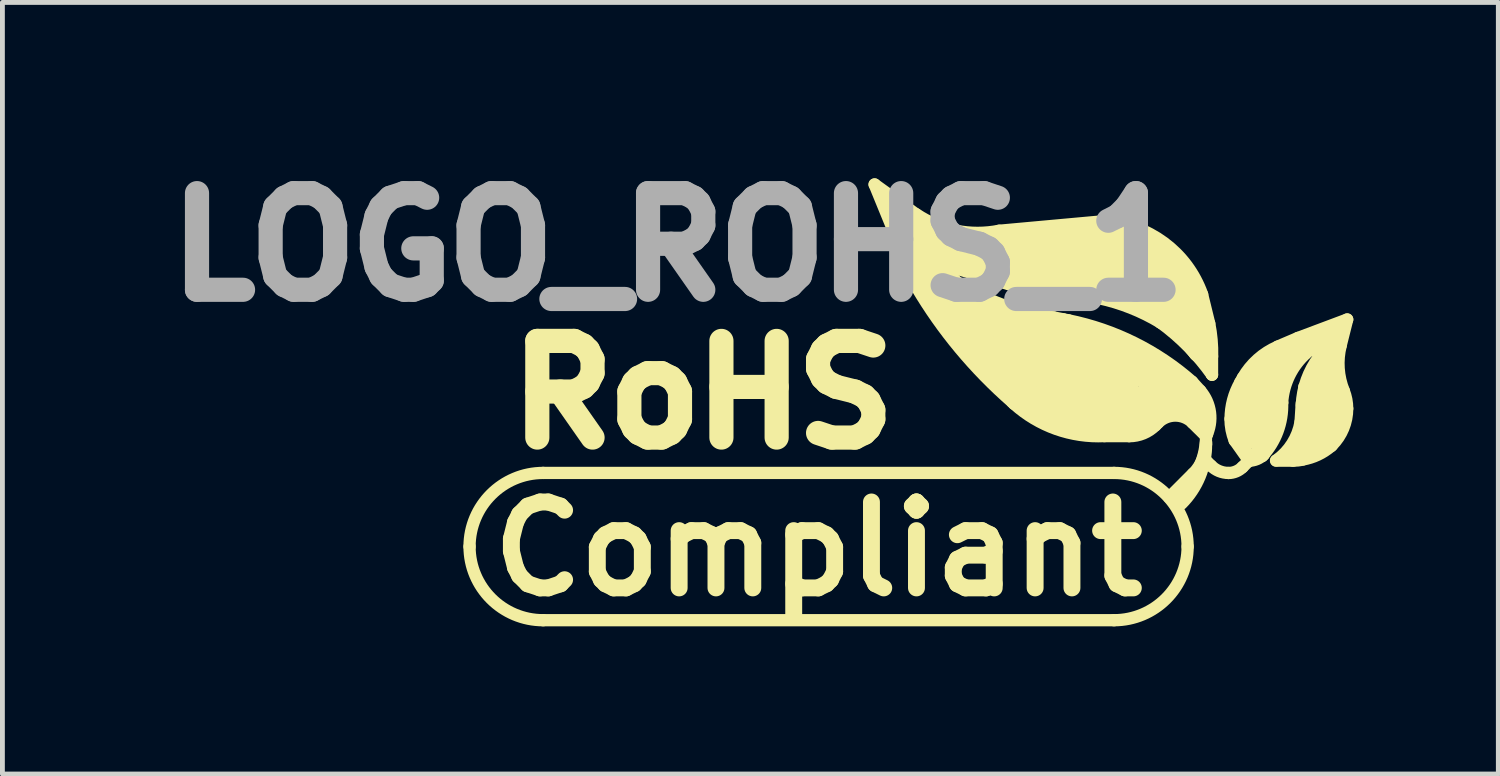
<source format=kicad_pcb>
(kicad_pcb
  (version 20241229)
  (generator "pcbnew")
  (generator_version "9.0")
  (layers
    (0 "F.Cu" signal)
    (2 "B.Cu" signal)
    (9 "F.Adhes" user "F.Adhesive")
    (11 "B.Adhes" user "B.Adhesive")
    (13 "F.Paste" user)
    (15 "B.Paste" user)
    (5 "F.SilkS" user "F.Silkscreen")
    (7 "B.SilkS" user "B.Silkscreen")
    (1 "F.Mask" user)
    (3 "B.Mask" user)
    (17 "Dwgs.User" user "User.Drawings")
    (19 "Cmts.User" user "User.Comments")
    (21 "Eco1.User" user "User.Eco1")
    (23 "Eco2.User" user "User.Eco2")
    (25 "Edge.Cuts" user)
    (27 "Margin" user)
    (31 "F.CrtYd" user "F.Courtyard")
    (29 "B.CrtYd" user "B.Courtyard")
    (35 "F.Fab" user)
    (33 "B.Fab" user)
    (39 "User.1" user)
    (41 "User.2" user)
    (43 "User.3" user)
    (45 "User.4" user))
  (footprint "LOGO_ROHS_1"
    (layer "F.Cu")
    (at 7.682 9.149)
    (property "Reference" "LOGO_ROHS_1" (at 3.297 -7.102 0) (layer "F.Fab") (effects (font (size 2 2) (thickness 0.5))))
    (attr through_hole)
    (fp_line (start 0.508 0.635) (end 12.319 0.635) (stroke (width 0.254) (type solid)) (layer "F.SilkS"))
    (fp_line (start 7.366 -8.382) (end 8.227 -7.762) (stroke (width 0.254) (type solid)) (layer "F.SilkS"))
    (fp_line (start 7.366 -8.382) (end 8.232 -6.266) (stroke (width 0.254) (type solid)) (layer "F.SilkS"))
    (fp_line (start 7.747 -7.874) (end 8.255 -6.985) (stroke (width 0.508) (type solid)) (layer "F.SilkS"))
    (fp_line (start 7.747 -7.874) (end 8.76 -7.236) (stroke (width 0.254) (type solid)) (layer "F.SilkS"))
    (fp_line (start 8.255 -6.985) (end 8.382 -6.477) (stroke (width 0.508) (type solid)) (layer "F.SilkS"))
    (fp_line (start 8.382 -6.477) (end 8.76 -5.969) (stroke (width 0.508) (type solid)) (layer "F.SilkS"))
    (fp_line (start 8.636 -6.985) (end 13.208 -6.985) (stroke (width 0.508) (type solid)) (layer "F.SilkS"))
    (fp_line (start 8.76 -7.236) (end 9.906 -7.236) (stroke (width 0.508) (type solid)) (layer "F.SilkS"))
    (fp_line (start 8.76 -6.731) (end 9.042 -6.383) (stroke (width 0.254) (type solid)) (layer "F.SilkS"))
    (fp_line (start 8.76 -6.35) (end 8.382 -7.236) (stroke (width 0.508) (type solid)) (layer "F.SilkS"))
    (fp_line (start 8.76 -5.969) (end 8.76 -6.35) (stroke (width 0.508) (type solid)) (layer "F.SilkS"))
    (fp_line (start 8.89 -5.842) (end 9.271 -5.334) (stroke (width 0.508) (type solid)) (layer "F.SilkS"))
    (fp_line (start 9.144 -6.858) (end 8.636 -6.985) (stroke (width 0.508) (type solid)) (layer "F.SilkS"))
    (fp_line (start 9.271 -5.715) (end 10.033 -5.08) (stroke (width 0.508) (type solid)) (layer "F.SilkS"))
    (fp_line (start 9.271 -5.334) (end 9.525 -4.953) (stroke (width 0.508) (type solid)) (layer "F.SilkS"))
    (fp_line (start 9.525 -4.953) (end 10.414 -4.064) (stroke (width 0.508) (type solid)) (layer "F.SilkS"))
    (fp_line (start 9.906 -7.236) (end 10.922 -7.366) (stroke (width 0.508) (type solid)) (layer "F.SilkS"))
    (fp_line (start 9.906 -5.715) (end 9.144 -6.096) (stroke (width 0.508) (type solid)) (layer "F.SilkS"))
    (fp_line (start 9.944 -7.424) (end 12.093 -7.62) (stroke (width 0.254) (type solid)) (layer "F.SilkS"))
    (fp_line (start 10.033 -5.08) (end 10.16 -5.207) (stroke (width 0.508) (type solid)) (layer "F.SilkS"))
    (fp_line (start 10.147 -6.317) (end 8.76 -6.731) (stroke (width 0.254) (type solid)) (layer "F.SilkS"))
    (fp_line (start 10.16 -5.207) (end 10.287 -5.207) (stroke (width 0.508) (type solid)) (layer "F.SilkS"))
    (fp_line (start 10.16 -4.699) (end 10.287 -4.826) (stroke (width 0.508) (type solid)) (layer "F.SilkS"))
    (fp_line (start 10.216 -3.879) (end 10.251 -3.843) (stroke (width 0.254) (type solid)) (layer "F.SilkS"))
    (fp_line (start 10.287 -5.207) (end 11.43 -5.08) (stroke (width 0.508) (type solid)) (layer "F.SilkS"))
    (fp_line (start 10.287 -4.826) (end 10.795 -4.826) (stroke (width 0.508) (type solid)) (layer "F.SilkS"))
    (fp_line (start 10.287 -4.572) (end 10.16 -4.699) (stroke (width 0.508) (type solid)) (layer "F.SilkS"))
    (fp_line (start 10.414 -6.477) (end 9.144 -6.858) (stroke (width 0.508) (type solid)) (layer "F.SilkS"))
    (fp_line (start 10.414 -4.064) (end 10.922 -3.683) (stroke (width 0.508) (type solid)) (layer "F.SilkS"))
    (fp_line (start 10.643 -5.461) (end 9.906 -5.715) (stroke (width 0.508) (type solid)) (layer "F.SilkS"))
    (fp_line (start 10.795 -4.826) (end 11.811 -4.572) (stroke (width 0.508) (type solid)) (layer "F.SilkS"))
    (fp_line (start 10.922 -7.366) (end 12.573 -7.366) (stroke (width 0.508) (type solid)) (layer "F.SilkS"))
    (fp_line (start 10.922 -4.064) (end 10.287 -4.572) (stroke (width 0.508) (type solid)) (layer "F.SilkS"))
    (fp_line (start 10.922 -3.683) (end 11.811 -3.429) (stroke (width 0.508) (type solid)) (layer "F.SilkS"))
    (fp_line (start 11.069 -5.631) (end 11.379 -5.57) (stroke (width 0.254) (type solid)) (layer "F.SilkS"))
    (fp_line (start 11.252 -5.461) (end 10.643 -5.461) (stroke (width 0.508) (type solid)) (layer "F.SilkS"))
    (fp_line (start 11.43 -5.08) (end 12.446 -4.826) (stroke (width 0.508) (type solid)) (layer "F.SilkS"))
    (fp_line (start 11.43 -3.937) (end 10.922 -4.064) (stroke (width 0.508) (type solid)) (layer "F.SilkS"))
    (fp_line (start 11.557 -6.35) (end 10.414 -6.477) (stroke (width 0.508) (type solid)) (layer "F.SilkS"))
    (fp_line (start 11.684 -6.35) (end 11.557 -6.35) (stroke (width 0.508) (type solid)) (layer "F.SilkS"))
    (fp_line (start 11.811 -4.572) (end 12.065 -4.572) (stroke (width 0.508) (type solid)) (layer "F.SilkS"))
    (fp_line (start 11.811 -3.81) (end 11.43 -3.937) (stroke (width 0.508) (type solid)) (layer "F.SilkS"))
    (fp_line (start 11.811 -3.429) (end 12.7 -3.429) (stroke (width 0.508) (type solid)) (layer "F.SilkS"))
    (fp_line (start 12.014 -6.027) (end 11.496 -6.101) (stroke (width 0.254) (type solid)) (layer "F.SilkS"))
    (fp_line (start 12.065 -4.572) (end 12.573 -4.318) (stroke (width 0.508) (type solid)) (layer "F.SilkS"))
    (fp_line (start 12.065 -4.191) (end 10.795 -4.445) (stroke (width 0.508) (type solid)) (layer "F.SilkS"))
    (fp_line (start 12.121 -3.175) (end 12.636 -3.175) (stroke (width 0.254) (type solid)) (layer "F.SilkS"))
    (fp_line (start 12.192 -6.35) (end 11.684 -6.35) (stroke (width 0.508) (type solid)) (layer "F.SilkS"))
    (fp_line (start 12.319 -2.413) (end 0.508 -2.413) (stroke (width 0.254) (type solid)) (layer "F.SilkS"))
    (fp_line (start 12.446 -4.826) (end 13.081 -4.318) (stroke (width 0.508) (type solid)) (layer "F.SilkS"))
    (fp_line (start 12.446 -4.064) (end 12.065 -4.191) (stroke (width 0.508) (type solid)) (layer "F.SilkS"))
    (fp_line (start 12.446 -3.81) (end 11.811 -3.81) (stroke (width 0.508) (type solid)) (layer "F.SilkS"))
    (fp_line (start 12.573 -7.366) (end 13.208 -6.985) (stroke (width 0.508) (type solid)) (layer "F.SilkS"))
    (fp_line (start 12.573 -4.318) (end 12.573 -4.191) (stroke (width 0.508) (type solid)) (layer "F.SilkS"))
    (fp_line (start 12.573 -4.191) (end 12.446 -4.064) (stroke (width 0.508) (type solid)) (layer "F.SilkS"))
    (fp_line (start 12.649 -4.978) (end 11.252 -5.461) (stroke (width 0.508) (type solid)) (layer "F.SilkS"))
    (fp_line (start 12.7 -3.429) (end 13.462 -3.937) (stroke (width 0.508) (type solid)) (layer "F.SilkS"))
    (fp_line (start 12.827 -5.969) (end 12.192 -6.35) (stroke (width 0.508) (type solid)) (layer "F.SilkS"))
    (fp_line (start 12.827 -3.937) (end 12.446 -3.81) (stroke (width 0.508) (type solid)) (layer "F.SilkS"))
    (fp_line (start 12.954 -5.969) (end 13.208 -6.477) (stroke (width 0.508) (type solid)) (layer "F.SilkS"))
    (fp_line (start 13.081 -4.318) (end 13.208 -4.191) (stroke (width 0.508) (type solid)) (layer "F.SilkS"))
    (fp_line (start 13.081 -3.937) (end 12.827 -3.937) (stroke (width 0.508) (type solid)) (layer "F.SilkS"))
    (fp_line (start 13.175 -3.396) (end 13.228 -3.449) (stroke (width 0.254) (type solid)) (layer "F.SilkS"))
    (fp_line (start 13.208 -6.985) (end 13.208 -6.731) (stroke (width 0.508) (type solid)) (layer "F.SilkS"))
    (fp_line (start 13.208 -6.985) (end 13.716 -6.477) (stroke (width 0.508) (type solid)) (layer "F.SilkS"))
    (fp_line (start 13.208 -6.731) (end 8.255 -6.807) (stroke (width 0.508) (type solid)) (layer "F.SilkS"))
    (fp_line (start 13.208 -6.477) (end 13.208 -6.731) (stroke (width 0.508) (type solid)) (layer "F.SilkS"))
    (fp_line (start 13.208 -6.477) (end 13.589 -5.969) (stroke (width 0.508) (type solid)) (layer "F.SilkS"))
    (fp_line (start 13.208 -4.191) (end 13.081 -3.937) (stroke (width 0.508) (type solid)) (layer "F.SilkS"))
    (fp_line (start 13.289 -5.519) (end 13.282 -5.524) (stroke (width 0.254) (type solid)) (layer "F.SilkS"))
    (fp_line (start 13.335 -6.35) (end 11.684 -6.35) (stroke (width 0.508) (type solid)) (layer "F.SilkS"))
    (fp_line (start 13.335 -4.572) (end 12.649 -4.978) (stroke (width 0.508) (type solid)) (layer "F.SilkS"))
    (fp_line (start 13.462 -3.937) (end 13.843 -3.81) (stroke (width 0.508) (type solid)) (layer "F.SilkS"))
    (fp_line (start 13.462 -1.905) (end 13.952 -2.395) (stroke (width 0.254) (type solid)) (layer "F.SilkS"))
    (fp_line (start 13.589 -5.588) (end 12.954 -5.969) (stroke (width 0.508) (type solid)) (layer "F.SilkS"))
    (fp_line (start 13.589 -1.905) (end 13.774 -2.09) (stroke (width 0.254) (type solid)) (layer "F.SilkS"))
    (fp_line (start 13.589 -1.778) (end 14.097 -2.54) (stroke (width 0.254) (type solid)) (layer "F.SilkS"))
    (fp_line (start 13.716 -6.477) (end 13.97 -5.969) (stroke (width 0.508) (type solid)) (layer "F.SilkS"))
    (fp_line (start 13.843 -4.064) (end 13.335 -4.572) (stroke (width 0.508) (type solid)) (layer "F.SilkS"))
    (fp_line (start 13.843 -3.81) (end 14.097 -3.556) (stroke (width 0.508) (type solid)) (layer "F.SilkS"))
    (fp_line (start 13.934 -4.3) (end 14.105 -4.112) (stroke (width 0.254) (type solid)) (layer "F.SilkS"))
    (fp_line (start 13.947 -3.449) (end 14.224 -3.175) (stroke (width 0.254) (type solid)) (layer "F.SilkS"))
    (fp_line (start 13.97 -5.969) (end 14.097 -4.953) (stroke (width 0.508) (type solid)) (layer "F.SilkS"))
    (fp_line (start 14.097 -4.953) (end 13.589 -5.588) (stroke (width 0.508) (type solid)) (layer "F.SilkS"))
    (fp_line (start 14.097 -3.556) (end 13.843 -4.064) (stroke (width 0.508) (type solid)) (layer "F.SilkS"))
    (fp_line (start 14.143 -6.104) (end 14.29 -5.504) (stroke (width 0.254) (type solid)) (layer "F.SilkS"))
    (fp_line (start 14.224 -3.002) (end 14.224 -3.048) (stroke (width 0.254) (type solid)) (layer "F.SilkS"))
    (fp_line (start 14.224 -2.667) (end 14.328 -2.56) (stroke (width 0.254) (type solid)) (layer "F.SilkS"))
    (fp_line (start 14.247 -3.221) (end 14.224 -3.175) (stroke (width 0.254) (type solid)) (layer "F.SilkS"))
    (fp_line (start 14.348 -4.826) (end 14.348 -4.445) (stroke (width 0.254) (type solid)) (layer "F.SilkS"))
    (fp_line (start 14.348 -4.445) (end 14.346 -4.448) (stroke (width 0.254) (type solid)) (layer "F.SilkS"))
    (fp_line (start 14.859 -3.683) (end 14.986 -3.683) (stroke (width 0.254) (type solid)) (layer "F.SilkS"))
    (fp_line (start 14.859 -3.429) (end 14.859 -3.683) (stroke (width 0.254) (type solid)) (layer "F.SilkS"))
    (fp_line (start 14.859 -3.429) (end 15.621 -3.429) (stroke (width 0.254) (type solid)) (layer "F.SilkS"))
    (fp_line (start 14.859 -3.406) (end 14.859 -3.429) (stroke (width 0.254) (type solid)) (layer "F.SilkS"))
    (fp_line (start 14.859 -3.302) (end 15.621 -3.302) (stroke (width 0.254) (type solid)) (layer "F.SilkS"))
    (fp_line (start 14.933 -4.288) (end 14.986 -4.381) (stroke (width 0.254) (type solid)) (layer "F.SilkS"))
    (fp_line (start 14.978 -2.532) (end 15.113 -2.667) (stroke (width 0.254) (type solid)) (layer "F.SilkS"))
    (fp_line (start 14.986 -3.683) (end 14.986 -3.556) (stroke (width 0.254) (type solid)) (layer "F.SilkS"))
    (fp_line (start 14.986 -3.683) (end 15.113 -3.683) (stroke (width 0.254) (type solid)) (layer "F.SilkS"))
    (fp_line (start 14.986 -3.556) (end 14.986 -3.175) (stroke (width 0.254) (type solid)) (layer "F.SilkS"))
    (fp_line (start 14.986 -3.556) (end 15.621 -3.556) (stroke (width 0.254) (type solid)) (layer "F.SilkS"))
    (fp_line (start 14.986 -3.175) (end 14.986 -3.048) (stroke (width 0.254) (type solid)) (layer "F.SilkS"))
    (fp_line (start 14.986 -3.175) (end 15.621 -3.175) (stroke (width 0.254) (type solid)) (layer "F.SilkS"))
    (fp_line (start 14.986 -3.048) (end 14.986 -2.921) (stroke (width 0.254) (type solid)) (layer "F.SilkS"))
    (fp_line (start 14.986 -3.048) (end 15.494 -3.048) (stroke (width 0.254) (type solid)) (layer "F.SilkS"))
    (fp_line (start 15.113 -3.683) (end 15.113 -3.048) (stroke (width 0.254) (type solid)) (layer "F.SilkS"))
    (fp_line (start 15.113 -3.683) (end 15.494 -3.683) (stroke (width 0.254) (type solid)) (layer "F.SilkS"))
    (fp_line (start 15.113 -2.667) (end 14.816 -3.086) (stroke (width 0.254) (type solid)) (layer "F.SilkS"))
    (fp_line (start 15.126 -2.667) (end 15.113 -2.667) (stroke (width 0.254) (type solid)) (layer "F.SilkS"))
    (fp_line (start 15.415 -2.791) (end 15.387 -2.764) (stroke (width 0.254) (type solid)) (layer "F.SilkS"))
    (fp_line (start 15.494 -3.683) (end 15.494 -3.175) (stroke (width 0.254) (type solid)) (layer "F.SilkS"))
    (fp_line (start 15.494 -3.683) (end 15.748 -3.683) (stroke (width 0.254) (type solid)) (layer "F.SilkS"))
    (fp_line (start 15.707 -5.027) (end 16.129 -5.207) (stroke (width 0.254) (type solid)) (layer "F.SilkS"))
    (fp_line (start 15.748 -4.191) (end 14.986 -4.191) (stroke (width 0.254) (type solid)) (layer "F.SilkS"))
    (fp_line (start 15.748 -4.064) (end 14.986 -4.064) (stroke (width 0.254) (type solid)) (layer "F.SilkS"))
    (fp_line (start 15.748 -3.937) (end 14.859 -3.937) (stroke (width 0.254) (type solid)) (layer "F.SilkS"))
    (fp_line (start 15.748 -3.81) (end 14.859 -3.81) (stroke (width 0.254) (type solid)) (layer "F.SilkS"))
    (fp_line (start 15.748 -3.683) (end 15.24 -2.794) (stroke (width 0.254) (type solid)) (layer "F.SilkS"))
    (fp_line (start 15.799 -3.861) (end 15.799 -3.868) (stroke (width 0.254) (type solid)) (layer "F.SilkS"))
    (fp_line (start 15.875 -4.445) (end 15.113 -4.445) (stroke (width 0.254) (type solid)) (layer "F.SilkS"))
    (fp_line (start 15.875 -4.318) (end 14.986 -4.318) (stroke (width 0.254) (type solid)) (layer "F.SilkS"))
    (fp_line (start 15.875 -2.794) (end 16.383 -2.794) (stroke (width 0.254) (type solid)) (layer "F.SilkS"))
    (fp_line (start 16.002 -4.699) (end 15.367 -4.699) (stroke (width 0.254) (type solid)) (layer "F.SilkS"))
    (fp_line (start 16.002 -4.572) (end 15.24 -4.572) (stroke (width 0.254) (type solid)) (layer "F.SilkS"))
    (fp_line (start 16.002 -2.921) (end 16.637 -2.921) (stroke (width 0.254) (type solid)) (layer "F.SilkS"))
    (fp_line (start 16.027 -2.667) (end 15.672 -2.667) (stroke (width 0.254) (type solid)) (layer "F.SilkS"))
    (fp_line (start 16.129 -5.207) (end 17.145 -5.588) (stroke (width 0.254) (type solid)) (layer "F.SilkS"))
    (fp_line (start 16.129 -5.08) (end 16.891 -5.08) (stroke (width 0.254) (type solid)) (layer "F.SilkS"))
    (fp_line (start 16.129 -4.826) (end 15.621 -4.826) (stroke (width 0.254) (type solid)) (layer "F.SilkS"))
    (fp_line (start 16.129 -3.175) (end 16.891 -3.175) (stroke (width 0.254) (type solid)) (layer "F.SilkS"))
    (fp_line (start 16.129 -3.048) (end 16.764 -3.048) (stroke (width 0.254) (type solid)) (layer "F.SilkS"))
    (fp_line (start 16.18 -3.302) (end 17.018 -3.302) (stroke (width 0.254) (type solid)) (layer "F.SilkS"))
    (fp_line (start 16.205 -3.858) (end 16.18 -3.467) (stroke (width 0.254) (type solid)) (layer "F.SilkS"))
    (fp_line (start 16.256 -4.191) (end 16.891 -4.191) (stroke (width 0.254) (type solid)) (layer "F.SilkS"))
    (fp_line (start 16.256 -4.064) (end 17.018 -4.064) (stroke (width 0.254) (type solid)) (layer "F.SilkS"))
    (fp_line (start 16.256 -3.937) (end 17.018 -3.937) (stroke (width 0.254) (type solid)) (layer "F.SilkS"))
    (fp_line (start 16.256 -3.81) (end 17.018 -3.81) (stroke (width 0.254) (type solid)) (layer "F.SilkS"))
    (fp_line (start 16.256 -3.683) (end 17.018 -3.683) (stroke (width 0.254) (type solid)) (layer "F.SilkS"))
    (fp_line (start 16.256 -3.556) (end 17.018 -3.556) (stroke (width 0.254) (type solid)) (layer "F.SilkS"))
    (fp_line (start 16.256 -3.429) (end 17.018 -3.429) (stroke (width 0.254) (type solid)) (layer "F.SilkS"))
    (fp_line (start 16.383 -5.207) (end 17.018 -5.207) (stroke (width 0.254) (type solid)) (layer "F.SilkS"))
    (fp_line (start 16.383 -4.445) (end 16.891 -4.445) (stroke (width 0.254) (type solid)) (layer "F.SilkS"))
    (fp_line (start 16.383 -4.318) (end 16.891 -4.318) (stroke (width 0.254) (type solid)) (layer "F.SilkS"))
    (fp_line (start 16.51 -5.334) (end 17.018 -5.334) (stroke (width 0.254) (type solid)) (layer "F.SilkS"))
    (fp_line (start 16.637 -4.953) (end 15.748 -4.953) (stroke (width 0.254) (type solid)) (layer "F.SilkS"))
    (fp_line (start 16.637 -4.953) (end 16.637 -4.445) (stroke (width 0.254) (type solid)) (layer "F.SilkS"))
    (fp_line (start 16.764 -4.953) (end 16.637 -4.953) (stroke (width 0.254) (type solid)) (layer "F.SilkS"))
    (fp_line (start 16.764 -4.953) (end 16.764 -4.445) (stroke (width 0.254) (type solid)) (layer "F.SilkS"))
    (fp_line (start 16.83 -2.987) (end 16.807 -2.964) (stroke (width 0.254) (type solid)) (layer "F.SilkS"))
    (fp_line (start 16.891 -4.953) (end 16.764 -4.953) (stroke (width 0.254) (type solid)) (layer "F.SilkS"))
    (fp_line (start 17.145 -5.588) (end 17.01 -5.05) (stroke (width 0.254) (type solid)) (layer "F.SilkS"))
    (fp_arc (start -1.016 -0.889) (mid -0.569631 -1.966631) (end 0.508 -2.413) (stroke (width 0.254) (type solid)) (layer "F.SilkS"))
    (fp_arc (start 0.508 0.635) (mid -0.569631 0.188631) (end -1.016 -0.889) (stroke (width 0.254) (type solid)) (layer "F.SilkS"))
    (fp_arc (start 9.9441 -7.42442) (mid 9.052753 -7.423876) (end 8.229048 -7.764478) (stroke (width 0.254) (type solid)) (layer "F.SilkS"))
    (fp_arc (start 10.21588 -3.87858) (mid 9.129383 -4.989859) (end 8.234536 -6.260553) (stroke (width 0.254) (type solid)) (layer "F.SilkS"))
    (fp_arc (start 11.06932 -5.63118) (mid 10.012995 -5.890287) (end 9.042459 -6.381222) (stroke (width 0.254) (type solid)) (layer "F.SilkS"))
    (fp_arc (start 11.3792 -5.57022) (mid 12.73964 -5.103107) (end 13.933527 -4.300844) (stroke (width 0.254) (type solid)) (layer "F.SilkS"))
    (fp_arc (start 11.49604 -6.10108) (mid 10.819744 -6.177293) (end 10.153621 -6.316813) (stroke (width 0.254) (type solid)) (layer "F.SilkS"))
    (fp_arc (start 12.0142 -6.02742) (mid 12.666713 -5.829467) (end 13.27787 -5.527066) (stroke (width 0.254) (type solid)) (layer "F.SilkS"))
    (fp_arc (start 12.09294 -7.62) (mid 13.349685 -7.17762) (end 14.143264 -6.107415) (stroke (width 0.254) (type solid)) (layer "F.SilkS"))
    (fp_arc (start 12.12088 -3.175) (mid 11.121888 -3.32285) (end 10.255067 -3.840987) (stroke (width 0.254) (type solid)) (layer "F.SilkS"))
    (fp_arc (start 12.319 -2.413) (mid 13.396631 -1.966631) (end 13.843 -0.889) (stroke (width 0.254) (type solid)) (layer "F.SilkS"))
    (fp_arc (start 13.17498 -3.39598) (mid 12.927923 -3.230902) (end 12.6365 -3.172934) (stroke (width 0.254) (type solid)) (layer "F.SilkS"))
    (fp_arc (start 13.22832 -3.44932) (mid 13.587204 -3.599462) (end 13.94714 -3.45186) (stroke (width 0.254) (type solid)) (layer "F.SilkS"))
    (fp_arc (start 13.28928 -5.51942) (mid 13.859872 -5.026772) (end 14.344359 -4.449235) (stroke (width 0.254) (type solid)) (layer "F.SilkS"))
    (fp_arc (start 13.843 -0.889) (mid 13.396631 0.188631) (end 12.319 0.635) (stroke (width 0.254) (type solid)) (layer "F.SilkS"))
    (fp_arc (start 14.10462 -4.11226) (mid 14.306677 -3.661802) (end 14.224846 -3.174931) (stroke (width 0.254) (type solid)) (layer "F.SilkS"))
    (fp_arc (start 14.224 -3.175) (mid 14.108191 -2.587709) (end 13.776451 -2.089441) (stroke (width 0.254) (type solid)) (layer "F.SilkS"))
    (fp_arc (start 14.224 -3.048) (mid 14.154787 -2.694965) (end 13.955743 -2.395289) (stroke (width 0.254) (type solid)) (layer "F.SilkS"))
    (fp_arc (start 14.224 -3.00228) (mid 14.092523 -2.339792) (end 13.718022 -1.77772) (stroke (width 0.254) (type solid)) (layer "F.SilkS"))
    (fp_arc (start 14.29004 -5.50418) (mid 14.339077 -5.167151) (end 14.35024 -4.826757) (stroke (width 0.254) (type solid)) (layer "F.SilkS"))
    (fp_arc (start 14.68628 -2.413) (mid 14.492849 -2.451476) (end 14.328866 -2.561046) (stroke (width 0.254) (type solid)) (layer "F.SilkS"))
    (fp_arc (start 14.732 -3.5306) (mid 14.782901 -3.921185) (end 14.932206 -4.285679) (stroke (width 0.254) (type solid)) (layer "F.SilkS"))
    (fp_arc (start 14.81582 -3.0861) (mid 14.751793 -3.304012) (end 14.730126 -3.530099) (stroke (width 0.254) (type solid)) (layer "F.SilkS"))
    (fp_arc (start 14.97838 -2.53238) (mid 14.844363 -2.442833) (end 14.68628 -2.411388) (stroke (width 0.254) (type solid)) (layer "F.SilkS"))
    (fp_arc (start 14.986 -4.3815) (mid 15.29456 -4.762287) (end 15.708 -5.025489) (stroke (width 0.254) (type solid)) (layer "F.SilkS"))
    (fp_arc (start 15.113 -2.794) (mid 14.92563 -3.074154) (end 14.859445 -3.404629) (stroke (width 0.254) (type solid)) (layer "F.SilkS"))
    (fp_arc (start 15.41526 -2.79146) (mid 15.275764 -2.698164) (end 15.111212 -2.665208) (stroke (width 0.254) (type solid)) (layer "F.SilkS"))
    (fp_arc (start 15.7988 -3.86842) (mid 15.949811 -4.434562) (end 16.30598 -4.89982) (stroke (width 0.254) (type solid)) (layer "F.SilkS"))
    (fp_arc (start 15.7988 -3.8608) (mid 15.702818 -3.271586) (end 15.38866 -2.763954) (stroke (width 0.254) (type solid)) (layer "F.SilkS"))
    (fp_arc (start 16.1798 -3.4671) (mid 16.007869 -3.019303) (end 15.67766 -2.671387) (stroke (width 0.254) (type solid)) (layer "F.SilkS"))
    (fp_arc (start 16.2052 -3.81508) (mid 16.306613 -4.337513) (end 16.559205 -4.805934) (stroke (width 0.254) (type solid)) (layer "F.SilkS"))
    (fp_arc (start 16.22552 -2.68986) (mid 16.126535 -2.671679) (end 16.026073 -2.665697) (stroke (width 0.254) (type solid)) (layer "F.SilkS"))
    (fp_arc (start 16.80718 -2.96418) (mid 16.535901 -2.788047) (end 16.227503 -2.690547) (stroke (width 0.254) (type solid)) (layer "F.SilkS"))
    (fp_arc (start 17.07388 -4.11226) (mid 16.96827 -4.57452) (end 17.009851 -5.046864) (stroke (width 0.254) (type solid)) (layer "F.SilkS"))
    (fp_arc (start 17.07388 -4.11226) (mid 17.126889 -3.931266) (end 17.144717 -3.743513) (stroke (width 0.254) (type solid)) (layer "F.SilkS"))
    (fp_arc (start 17.145 -3.74396) (mid 17.063408 -3.333769) (end 16.831054 -2.986026) (stroke (width 0.254) (type solid)) (layer "F.SilkS"))
    (fp_text user "Compliant" (at 6.2 -0.838 0) (layer "F.SilkS") (effects (font (size 1.778 1.778) (thickness 0.35))))
    (fp_text user "RoHS" (at 3.815 -4.044 0) (layer "F.SilkS") (effects (font (size 2 2) (thickness 0.5)))))
  (gr_rect
    (start -3 -3)
    (end 27.954 12.966)
    (stroke (width 0.1) (type default))
    (fill no)
    (layer "Edge.Cuts")))
</source>
